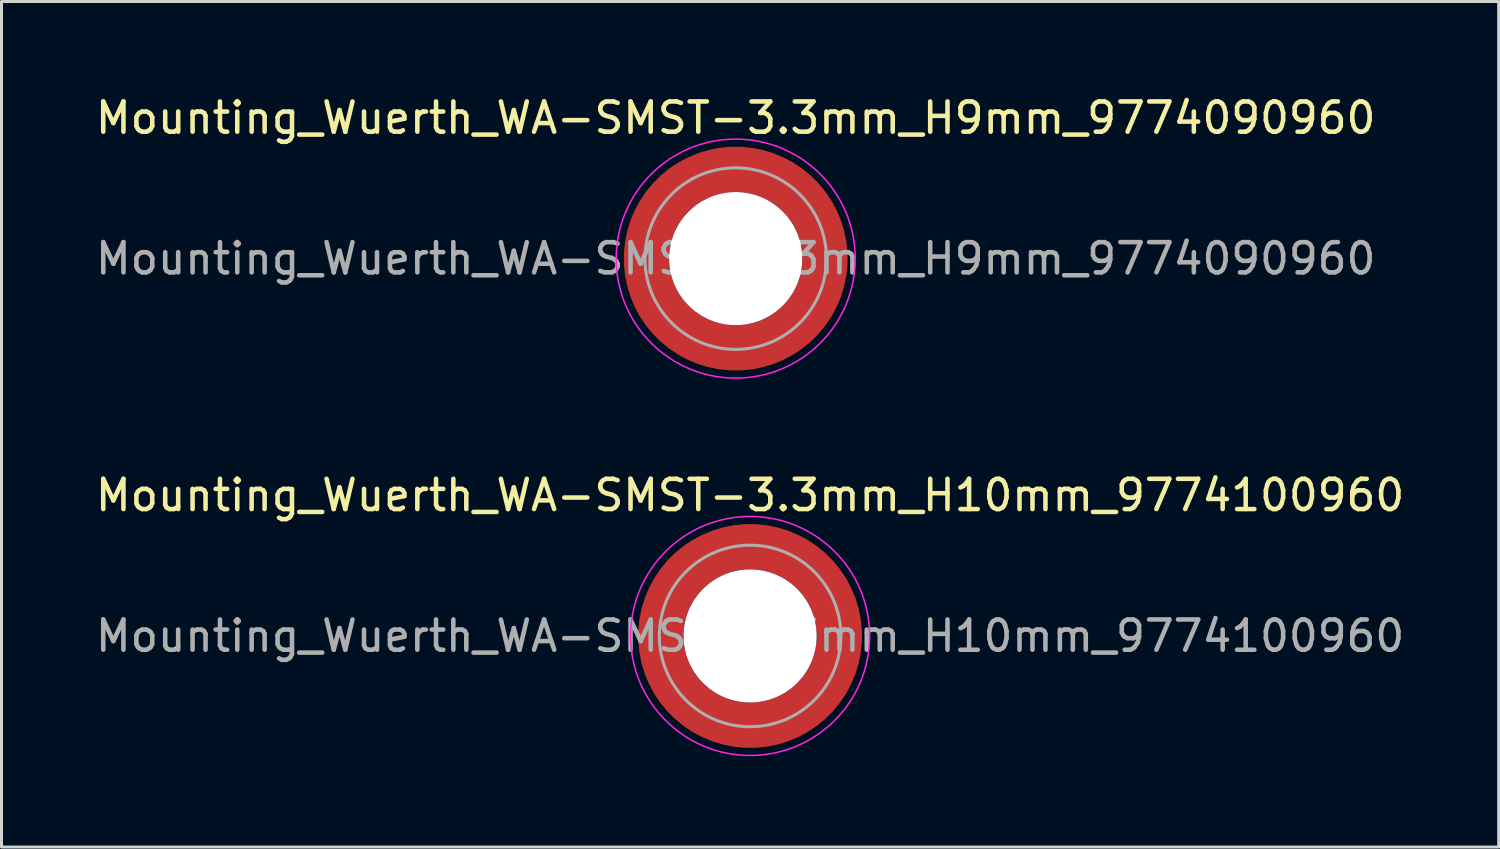
<source format=kicad_pcb>
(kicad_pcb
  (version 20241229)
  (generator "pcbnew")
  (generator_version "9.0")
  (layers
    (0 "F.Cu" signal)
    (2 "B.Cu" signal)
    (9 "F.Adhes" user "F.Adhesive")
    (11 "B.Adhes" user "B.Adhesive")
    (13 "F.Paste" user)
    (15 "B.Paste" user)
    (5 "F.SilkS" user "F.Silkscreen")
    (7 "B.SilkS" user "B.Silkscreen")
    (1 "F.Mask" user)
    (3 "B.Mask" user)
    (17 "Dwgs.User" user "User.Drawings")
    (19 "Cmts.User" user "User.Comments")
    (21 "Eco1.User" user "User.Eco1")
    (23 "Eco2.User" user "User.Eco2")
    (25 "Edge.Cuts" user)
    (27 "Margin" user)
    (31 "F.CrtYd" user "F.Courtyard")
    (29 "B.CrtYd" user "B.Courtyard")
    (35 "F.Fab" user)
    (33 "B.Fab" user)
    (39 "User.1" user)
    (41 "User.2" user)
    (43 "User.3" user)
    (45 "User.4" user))
  (footprint "Mounting_Wuerth_WA-SMST-3.3mm_H9mm_9774090960"
    (layer "F.Cu")
    (at 21.268 5.498)
    (property "Reference" "Mounting_Wuerth_WA-SMST-3.3mm_H9mm_9774090960" (at 0 -4.65 0) (layer "F.SilkS") (effects (font (size 1 1) (thickness 0.15))))
    (attr smd allow_soldermask_bridges)
    (fp_circle (center 0 0) (end 3.95 0) (stroke (width 0.05) (type solid)) (fill no) (layer "F.CrtYd"))
    (fp_circle (center 0 0) (end 3 0) (stroke (width 0.1) (type solid)) (fill no) (layer "F.Fab"))
    (fp_text user "${REFERENCE}" (at 0 0 0) (layer "F.Fab") (effects (font (size 1 1) (thickness 0.15))))
    (pad "" smd custom (at -2.058 -2.058) (size 0.55 0.55) (layers "F.Paste") (options (anchor circle)) (primitives (gr_arc (start -0.377294 1.707681) (mid 0.318198 0.318198) (end 1.707681 -0.377294) (width 0.2)) (gr_arc (start -0.478281 1.707681) (mid 0.247487 0.247487) (end 1.707681 -0.478281) (width 0.2)) (gr_arc (start -0.579192 1.707681) (mid 0.176777 0.176777) (end 1.707681 -0.579192) (width 0.2)) (gr_arc (start -0.680037 1.707681) (mid 0.106066 0.106066) (end 1.707681 -0.680037) (width 0.2)) (gr_arc (start -0.780822 1.707681) (mid 0.035355 0.035355) (end 1.707681 -0.780822) (width 0.2)) (gr_arc (start -0.881554 1.707681) (mid -0.035355 -0.035355) (end 1.707681 -0.881554) (width 0.2)) (gr_arc (start -0.982237 1.707681) (mid -0.106066 -0.106066) (end 1.707681 -0.982237) (width 0.2)) (gr_arc (start -1.082877 1.707681) (mid -0.176777 -0.176777) (end 1.707681 -1.082877) (width 0.2)) (gr_arc (start -1.183476 1.707681) (mid -0.247487 -0.247487) (end 1.707681 -1.183476) (width 0.2)) (gr_arc (start -1.28404 1.707681) (mid -0.318198 -0.318198) (end 1.707681 -1.28404) (width 0.2)) (gr_line (start 1.708 -0.377) (end 1.708 -1.284) (width 0.2)) (gr_line (start -0.377 1.708) (end -1.284 1.708) (width 0.2))))
    (pad "" smd custom (at -2.058 2.058) (size 0.55 0.55) (layers "F.Paste") (options (anchor circle)) (primitives (gr_arc (start 1.707681 0.377294) (mid 0.318198 -0.318198) (end -0.377294 -1.707681) (width 0.2)) (gr_arc (start 1.707681 0.478281) (mid 0.247487 -0.247487) (end -0.478281 -1.707681) (width 0.2)) (gr_arc (start 1.707681 0.579192) (mid 0.176777 -0.176777) (end -0.579192 -1.707681) (width 0.2)) (gr_arc (start 1.707681 0.680037) (mid 0.106066 -0.106066) (end -0.680037 -1.707681) (width 0.2)) (gr_arc (start 1.707681 0.780822) (mid 0.035355 -0.035355) (end -0.780822 -1.707681) (width 0.2)) (gr_arc (start 1.707681 0.881554) (mid -0.035355 0.035355) (end -0.881554 -1.707681) (width 0.2)) (gr_arc (start 1.707681 0.982237) (mid -0.106066 0.106066) (end -0.982237 -1.707681) (width 0.2)) (gr_arc (start 1.707681 1.082877) (mid -0.176777 0.176777) (end -1.082877 -1.707681) (width 0.2)) (gr_arc (start 1.707681 1.183476) (mid -0.247487 0.247487) (end -1.183476 -1.707681) (width 0.2)) (gr_arc (start 1.707681 1.28404) (mid -0.318198 0.318198) (end -1.28404 -1.707681) (width 0.2)) (gr_line (start -0.377 -1.708) (end -1.284 -1.708) (width 0.2)) (gr_line (start 1.708 0.377) (end 1.708 1.284) (width 0.2))))
    (pad "" np_thru_hole circle (at 0 0) (size 4.4 4.4) (drill 4.4) (layers "*.Cu" "*.Mask"))
    (pad "" smd custom (at 2.058 -2.058) (size 0.55 0.55) (layers "F.Paste") (options (anchor circle)) (primitives (gr_arc (start -1.707681 -0.377294) (mid -0.318198 0.318198) (end 0.377294 1.707681) (width 0.2)) (gr_arc (start -1.707681 -0.478281) (mid -0.247487 0.247487) (end 0.478281 1.707681) (width 0.2)) (gr_arc (start -1.707681 -0.579192) (mid -0.176777 0.176777) (end 0.579192 1.707681) (width 0.2)) (gr_arc (start -1.707681 -0.680037) (mid -0.106066 0.106066) (end 0.680037 1.707681) (width 0.2)) (gr_arc (start -1.707681 -0.780822) (mid -0.035355 0.035355) (end 0.780822 1.707681) (width 0.2)) (gr_arc (start -1.707681 -0.881554) (mid 0.035355 -0.035355) (end 0.881554 1.707681) (width 0.2)) (gr_arc (start -1.707681 -0.982237) (mid 0.106066 -0.106066) (end 0.982237 1.707681) (width 0.2)) (gr_arc (start -1.707681 -1.082877) (mid 0.176777 -0.176777) (end 1.082877 1.707681) (width 0.2)) (gr_arc (start -1.707681 -1.183476) (mid 0.247487 -0.247487) (end 1.183476 1.707681) (width 0.2)) (gr_arc (start -1.707681 -1.28404) (mid 0.318198 -0.318198) (end 1.28404 1.707681) (width 0.2)) (gr_line (start 0.377 1.708) (end 1.284 1.708) (width 0.2)) (gr_line (start -1.708 -0.377) (end -1.708 -1.284) (width 0.2))))
    (pad "" smd custom (at 2.058 2.058) (size 0.55 0.55) (layers "F.Paste") (options (anchor circle)) (primitives (gr_arc (start 0.377294 -1.707681) (mid -0.318198 -0.318198) (end -1.707681 0.377294) (width 0.2)) (gr_arc (start 0.478281 -1.707681) (mid -0.247487 -0.247487) (end -1.707681 0.478281) (width 0.2)) (gr_arc (start 0.579192 -1.707681) (mid -0.176777 -0.176777) (end -1.707681 0.579192) (width 0.2)) (gr_arc (start 0.680037 -1.707681) (mid -0.106066 -0.106066) (end -1.707681 0.680037) (width 0.2)) (gr_arc (start 0.780822 -1.707681) (mid -0.035355 -0.035355) (end -1.707681 0.780822) (width 0.2)) (gr_arc (start 0.881554 -1.707681) (mid 0.035355 0.035355) (end -1.707681 0.881554) (width 0.2)) (gr_arc (start 0.982237 -1.707681) (mid 0.106066 0.106066) (end -1.707681 0.982237) (width 0.2)) (gr_arc (start 1.082877 -1.707681) (mid 0.176777 0.176777) (end -1.707681 1.082877) (width 0.2)) (gr_arc (start 1.183476 -1.707681) (mid 0.247487 0.247487) (end -1.707681 1.183476) (width 0.2)) (gr_arc (start 1.28404 -1.707681) (mid 0.318198 0.318198) (end -1.707681 1.28404) (width 0.2)) (gr_line (start -1.708 0.377) (end -1.708 1.284) (width 0.2)) (gr_line (start 0.377 -1.708) (end 1.284 -1.708) (width 0.2))))
    (pad "1" smd circle (at -2.95 0) (size 0.992 0.992) (layers "F.Cu"))
    (pad "1" smd circle (at 0 -2.95) (size 0.992 0.992) (layers "F.Cu"))
    (pad "1" smd circle (at 0 2.95) (size 0.992 0.992) (layers "F.Cu"))
    (pad "1" smd custom (at 2.95 0) (size 1.5 1.5) (layers "F.Cu" "F.Mask") (options (anchor circle)) (primitives (gr_circle (center -2.95 0) (end 0 0) (width 1.5) (fill no)))))
  (footprint "Mounting_Wuerth_WA-SMST-3.3mm_H10mm_9774100960"
    (layer "F.Cu")
    (at 21.744 17.971)
    (property "Reference" "Mounting_Wuerth_WA-SMST-3.3mm_H10mm_9774100960" (at 0 -4.65 0) (layer "F.SilkS") (effects (font (size 1 1) (thickness 0.15))))
    (attr smd allow_soldermask_bridges)
    (fp_circle (center 0 0) (end 3.95 0) (stroke (width 0.05) (type solid)) (fill no) (layer "F.CrtYd"))
    (fp_circle (center 0 0) (end 3 0) (stroke (width 0.1) (type solid)) (fill no) (layer "F.Fab"))
    (fp_text user "${REFERENCE}" (at 0 0 0) (layer "F.Fab") (effects (font (size 1 1) (thickness 0.15))))
    (pad "" smd custom (at -2.058 -2.058) (size 0.55 0.55) (layers "F.Paste") (options (anchor circle)) (primitives (gr_arc (start -0.377294 1.707681) (mid 0.318198 0.318198) (end 1.707681 -0.377294) (width 0.2)) (gr_arc (start -0.478281 1.707681) (mid 0.247487 0.247487) (end 1.707681 -0.478281) (width 0.2)) (gr_arc (start -0.579192 1.707681) (mid 0.176777 0.176777) (end 1.707681 -0.579192) (width 0.2)) (gr_arc (start -0.680037 1.707681) (mid 0.106066 0.106066) (end 1.707681 -0.680037) (width 0.2)) (gr_arc (start -0.780822 1.707681) (mid 0.035355 0.035355) (end 1.707681 -0.780822) (width 0.2)) (gr_arc (start -0.881554 1.707681) (mid -0.035355 -0.035355) (end 1.707681 -0.881554) (width 0.2)) (gr_arc (start -0.982237 1.707681) (mid -0.106066 -0.106066) (end 1.707681 -0.982237) (width 0.2)) (gr_arc (start -1.082877 1.707681) (mid -0.176777 -0.176777) (end 1.707681 -1.082877) (width 0.2)) (gr_arc (start -1.183476 1.707681) (mid -0.247487 -0.247487) (end 1.707681 -1.183476) (width 0.2)) (gr_arc (start -1.28404 1.707681) (mid -0.318198 -0.318198) (end 1.707681 -1.28404) (width 0.2)) (gr_line (start 1.708 -0.377) (end 1.708 -1.284) (width 0.2)) (gr_line (start -0.377 1.708) (end -1.284 1.708) (width 0.2))))
    (pad "" smd custom (at -2.058 2.058) (size 0.55 0.55) (layers "F.Paste") (options (anchor circle)) (primitives (gr_arc (start 1.707681 0.377294) (mid 0.318198 -0.318198) (end -0.377294 -1.707681) (width 0.2)) (gr_arc (start 1.707681 0.478281) (mid 0.247487 -0.247487) (end -0.478281 -1.707681) (width 0.2)) (gr_arc (start 1.707681 0.579192) (mid 0.176777 -0.176777) (end -0.579192 -1.707681) (width 0.2)) (gr_arc (start 1.707681 0.680037) (mid 0.106066 -0.106066) (end -0.680037 -1.707681) (width 0.2)) (gr_arc (start 1.707681 0.780822) (mid 0.035355 -0.035355) (end -0.780822 -1.707681) (width 0.2)) (gr_arc (start 1.707681 0.881554) (mid -0.035355 0.035355) (end -0.881554 -1.707681) (width 0.2)) (gr_arc (start 1.707681 0.982237) (mid -0.106066 0.106066) (end -0.982237 -1.707681) (width 0.2)) (gr_arc (start 1.707681 1.082877) (mid -0.176777 0.176777) (end -1.082877 -1.707681) (width 0.2)) (gr_arc (start 1.707681 1.183476) (mid -0.247487 0.247487) (end -1.183476 -1.707681) (width 0.2)) (gr_arc (start 1.707681 1.28404) (mid -0.318198 0.318198) (end -1.28404 -1.707681) (width 0.2)) (gr_line (start -0.377 -1.708) (end -1.284 -1.708) (width 0.2)) (gr_line (start 1.708 0.377) (end 1.708 1.284) (width 0.2))))
    (pad "" np_thru_hole circle (at 0 0) (size 4.4 4.4) (drill 4.4) (layers "*.Cu" "*.Mask"))
    (pad "" smd custom (at 2.058 -2.058) (size 0.55 0.55) (layers "F.Paste") (options (anchor circle)) (primitives (gr_arc (start -1.707681 -0.377294) (mid -0.318198 0.318198) (end 0.377294 1.707681) (width 0.2)) (gr_arc (start -1.707681 -0.478281) (mid -0.247487 0.247487) (end 0.478281 1.707681) (width 0.2)) (gr_arc (start -1.707681 -0.579192) (mid -0.176777 0.176777) (end 0.579192 1.707681) (width 0.2)) (gr_arc (start -1.707681 -0.680037) (mid -0.106066 0.106066) (end 0.680037 1.707681) (width 0.2)) (gr_arc (start -1.707681 -0.780822) (mid -0.035355 0.035355) (end 0.780822 1.707681) (width 0.2)) (gr_arc (start -1.707681 -0.881554) (mid 0.035355 -0.035355) (end 0.881554 1.707681) (width 0.2)) (gr_arc (start -1.707681 -0.982237) (mid 0.106066 -0.106066) (end 0.982237 1.707681) (width 0.2)) (gr_arc (start -1.707681 -1.082877) (mid 0.176777 -0.176777) (end 1.082877 1.707681) (width 0.2)) (gr_arc (start -1.707681 -1.183476) (mid 0.247487 -0.247487) (end 1.183476 1.707681) (width 0.2)) (gr_arc (start -1.707681 -1.28404) (mid 0.318198 -0.318198) (end 1.28404 1.707681) (width 0.2)) (gr_line (start 0.377 1.708) (end 1.284 1.708) (width 0.2)) (gr_line (start -1.708 -0.377) (end -1.708 -1.284) (width 0.2))))
    (pad "" smd custom (at 2.058 2.058) (size 0.55 0.55) (layers "F.Paste") (options (anchor circle)) (primitives (gr_arc (start 0.377294 -1.707681) (mid -0.318198 -0.318198) (end -1.707681 0.377294) (width 0.2)) (gr_arc (start 0.478281 -1.707681) (mid -0.247487 -0.247487) (end -1.707681 0.478281) (width 0.2)) (gr_arc (start 0.579192 -1.707681) (mid -0.176777 -0.176777) (end -1.707681 0.579192) (width 0.2)) (gr_arc (start 0.680037 -1.707681) (mid -0.106066 -0.106066) (end -1.707681 0.680037) (width 0.2)) (gr_arc (start 0.780822 -1.707681) (mid -0.035355 -0.035355) (end -1.707681 0.780822) (width 0.2)) (gr_arc (start 0.881554 -1.707681) (mid 0.035355 0.035355) (end -1.707681 0.881554) (width 0.2)) (gr_arc (start 0.982237 -1.707681) (mid 0.106066 0.106066) (end -1.707681 0.982237) (width 0.2)) (gr_arc (start 1.082877 -1.707681) (mid 0.176777 0.176777) (end -1.707681 1.082877) (width 0.2)) (gr_arc (start 1.183476 -1.707681) (mid 0.247487 0.247487) (end -1.707681 1.183476) (width 0.2)) (gr_arc (start 1.28404 -1.707681) (mid 0.318198 0.318198) (end -1.707681 1.28404) (width 0.2)) (gr_line (start -1.708 0.377) (end -1.708 1.284) (width 0.2)) (gr_line (start 0.377 -1.708) (end 1.284 -1.708) (width 0.2))))
    (pad "1" smd circle (at -2.95 0) (size 0.992 0.992) (layers "F.Cu"))
    (pad "1" smd circle (at 0 -2.95) (size 0.992 0.992) (layers "F.Cu"))
    (pad "1" smd circle (at 0 2.95) (size 0.992 0.992) (layers "F.Cu"))
    (pad "1" smd custom (at 2.95 0) (size 1.5 1.5) (layers "F.Cu" "F.Mask") (options (anchor circle)) (primitives (gr_circle (center -2.95 0) (end 0 0) (width 1.5) (fill no)))))
  (gr_rect
    (start -3 -3)
    (end 46.488 24.947)
    (stroke (width 0.1) (type default))
    (fill no)
    (layer "Edge.Cuts")))
</source>
